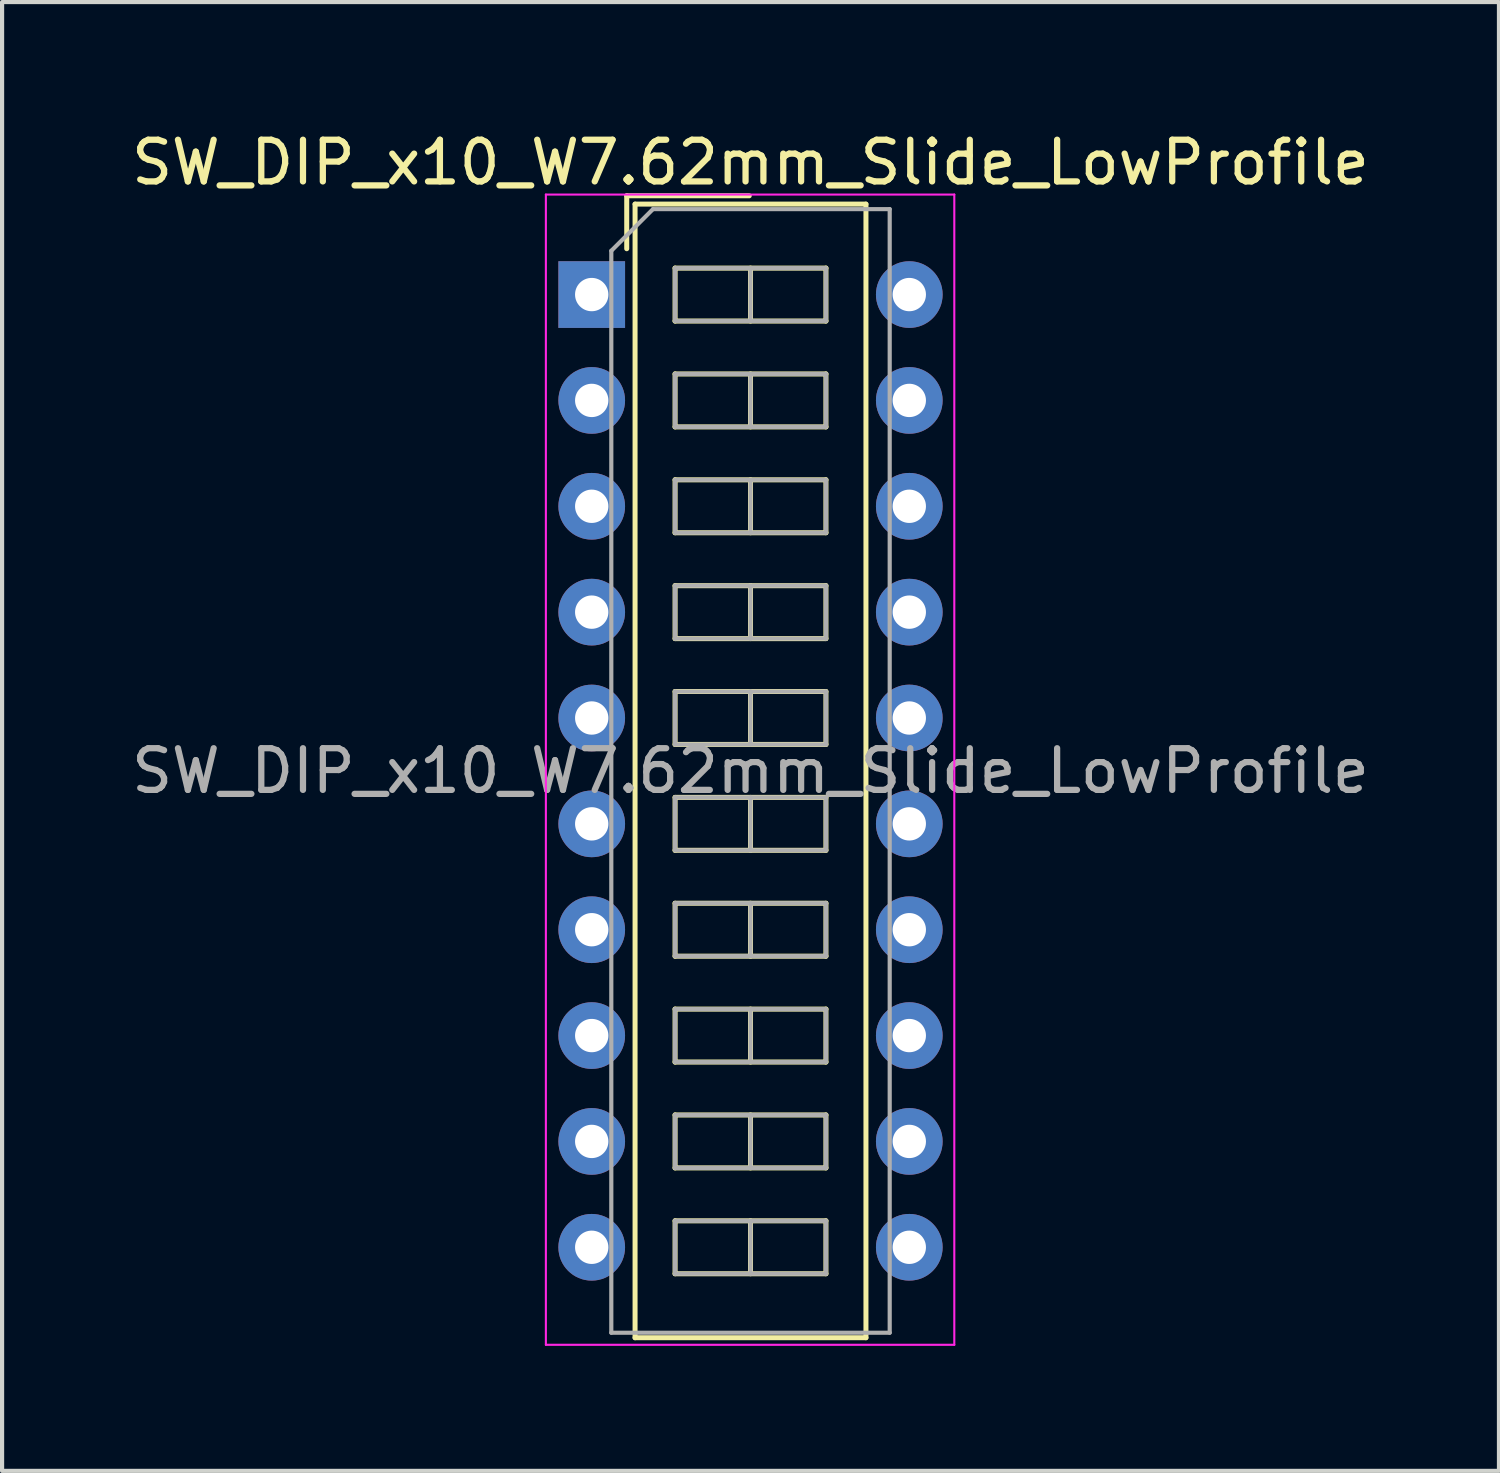
<source format=kicad_pcb>
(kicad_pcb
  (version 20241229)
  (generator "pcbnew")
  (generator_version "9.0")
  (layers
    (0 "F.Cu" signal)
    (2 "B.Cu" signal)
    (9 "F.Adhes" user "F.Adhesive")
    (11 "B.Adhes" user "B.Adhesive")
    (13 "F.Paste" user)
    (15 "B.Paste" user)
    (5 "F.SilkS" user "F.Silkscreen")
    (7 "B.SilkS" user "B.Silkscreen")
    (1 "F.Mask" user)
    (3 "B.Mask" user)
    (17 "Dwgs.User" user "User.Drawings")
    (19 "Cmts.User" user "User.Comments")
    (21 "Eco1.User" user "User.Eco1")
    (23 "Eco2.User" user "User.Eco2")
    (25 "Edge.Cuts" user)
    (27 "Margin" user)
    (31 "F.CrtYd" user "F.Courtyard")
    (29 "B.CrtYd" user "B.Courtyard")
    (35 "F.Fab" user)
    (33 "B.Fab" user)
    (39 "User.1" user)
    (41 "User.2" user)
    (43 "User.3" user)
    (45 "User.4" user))
  (footprint "SW_DIP_x10_W7.62mm_Slide_LowProfile"
    (layer "F.Cu")
    (at 11.148 4.018)
    (property "Reference" "SW_DIP_x10_W7.62mm_Slide_LowProfile" (at 3.81 -3.17 0) (layer "F.SilkS") (effects (font (size 1 1) (thickness 0.15))))
    (attr through_hole)
    (fp_line (start 0.84 -2.37) (end 0.84 -1.1) (stroke (width 0.12) (type solid)) (layer "F.SilkS"))
    (fp_line (start 0.84 -2.37) (end 3.78 -2.37) (stroke (width 0.12) (type solid)) (layer "F.SilkS"))
    (fp_line (start 1.04 -2.17) (end 6.58 -2.17) (stroke (width 0.12) (type solid)) (layer "F.SilkS"))
    (fp_line (start 1.04 25.03) (end 1.04 -2.17) (stroke (width 0.12) (type solid)) (layer "F.SilkS"))
    (fp_line (start 2 -0.635) (end 2 0.635) (stroke (width 0.12) (type solid)) (layer "F.SilkS"))
    (fp_line (start 2 0.635) (end 5.62 0.635) (stroke (width 0.12) (type solid)) (layer "F.SilkS"))
    (fp_line (start 2 1.905) (end 2 3.175) (stroke (width 0.12) (type solid)) (layer "F.SilkS"))
    (fp_line (start 2 3.175) (end 5.62 3.175) (stroke (width 0.12) (type solid)) (layer "F.SilkS"))
    (fp_line (start 2 4.445) (end 2 5.715) (stroke (width 0.12) (type solid)) (layer "F.SilkS"))
    (fp_line (start 2 5.715) (end 5.62 5.715) (stroke (width 0.12) (type solid)) (layer "F.SilkS"))
    (fp_line (start 2 6.985) (end 2 8.255) (stroke (width 0.12) (type solid)) (layer "F.SilkS"))
    (fp_line (start 2 8.255) (end 5.62 8.255) (stroke (width 0.12) (type solid)) (layer "F.SilkS"))
    (fp_line (start 2 9.525) (end 2 10.795) (stroke (width 0.12) (type solid)) (layer "F.SilkS"))
    (fp_line (start 2 10.795) (end 5.62 10.795) (stroke (width 0.12) (type solid)) (layer "F.SilkS"))
    (fp_line (start 2 12.065) (end 2 13.335) (stroke (width 0.12) (type solid)) (layer "F.SilkS"))
    (fp_line (start 2 13.335) (end 5.62 13.335) (stroke (width 0.12) (type solid)) (layer "F.SilkS"))
    (fp_line (start 2 14.605) (end 2 15.875) (stroke (width 0.12) (type solid)) (layer "F.SilkS"))
    (fp_line (start 2 15.875) (end 5.62 15.875) (stroke (width 0.12) (type solid)) (layer "F.SilkS"))
    (fp_line (start 2 17.145) (end 2 18.415) (stroke (width 0.12) (type solid)) (layer "F.SilkS"))
    (fp_line (start 2 18.415) (end 5.62 18.415) (stroke (width 0.12) (type solid)) (layer "F.SilkS"))
    (fp_line (start 2 19.685) (end 2 20.955) (stroke (width 0.12) (type solid)) (layer "F.SilkS"))
    (fp_line (start 2 20.955) (end 5.62 20.955) (stroke (width 0.12) (type solid)) (layer "F.SilkS"))
    (fp_line (start 2 22.225) (end 2 23.495) (stroke (width 0.12) (type solid)) (layer "F.SilkS"))
    (fp_line (start 2 23.495) (end 5.62 23.495) (stroke (width 0.12) (type solid)) (layer "F.SilkS"))
    (fp_line (start 3.81 -0.635) (end 3.81 0.635) (stroke (width 0.12) (type solid)) (layer "F.SilkS"))
    (fp_line (start 3.81 1.905) (end 3.81 3.175) (stroke (width 0.12) (type solid)) (layer "F.SilkS"))
    (fp_line (start 3.81 4.445) (end 3.81 5.715) (stroke (width 0.12) (type solid)) (layer "F.SilkS"))
    (fp_line (start 3.81 6.985) (end 3.81 8.255) (stroke (width 0.12) (type solid)) (layer "F.SilkS"))
    (fp_line (start 3.81 9.525) (end 3.81 10.795) (stroke (width 0.12) (type solid)) (layer "F.SilkS"))
    (fp_line (start 3.81 12.065) (end 3.81 13.335) (stroke (width 0.12) (type solid)) (layer "F.SilkS"))
    (fp_line (start 3.81 14.605) (end 3.81 15.875) (stroke (width 0.12) (type solid)) (layer "F.SilkS"))
    (fp_line (start 3.81 17.145) (end 3.81 18.415) (stroke (width 0.12) (type solid)) (layer "F.SilkS"))
    (fp_line (start 3.81 19.685) (end 3.81 20.955) (stroke (width 0.12) (type solid)) (layer "F.SilkS"))
    (fp_line (start 3.81 22.225) (end 3.81 23.495) (stroke (width 0.12) (type solid)) (layer "F.SilkS"))
    (fp_line (start 5.62 -0.635) (end 2 -0.635) (stroke (width 0.12) (type solid)) (layer "F.SilkS"))
    (fp_line (start 5.62 0.635) (end 5.62 -0.635) (stroke (width 0.12) (type solid)) (layer "F.SilkS"))
    (fp_line (start 5.62 1.905) (end 2 1.905) (stroke (width 0.12) (type solid)) (layer "F.SilkS"))
    (fp_line (start 5.62 3.175) (end 5.62 1.905) (stroke (width 0.12) (type solid)) (layer "F.SilkS"))
    (fp_line (start 5.62 4.445) (end 2 4.445) (stroke (width 0.12) (type solid)) (layer "F.SilkS"))
    (fp_line (start 5.62 5.715) (end 5.62 4.445) (stroke (width 0.12) (type solid)) (layer "F.SilkS"))
    (fp_line (start 5.62 6.985) (end 2 6.985) (stroke (width 0.12) (type solid)) (layer "F.SilkS"))
    (fp_line (start 5.62 8.255) (end 5.62 6.985) (stroke (width 0.12) (type solid)) (layer "F.SilkS"))
    (fp_line (start 5.62 9.525) (end 2 9.525) (stroke (width 0.12) (type solid)) (layer "F.SilkS"))
    (fp_line (start 5.62 10.795) (end 5.62 9.525) (stroke (width 0.12) (type solid)) (layer "F.SilkS"))
    (fp_line (start 5.62 12.065) (end 2 12.065) (stroke (width 0.12) (type solid)) (layer "F.SilkS"))
    (fp_line (start 5.62 13.335) (end 5.62 12.065) (stroke (width 0.12) (type solid)) (layer "F.SilkS"))
    (fp_line (start 5.62 14.605) (end 2 14.605) (stroke (width 0.12) (type solid)) (layer "F.SilkS"))
    (fp_line (start 5.62 15.875) (end 5.62 14.605) (stroke (width 0.12) (type solid)) (layer "F.SilkS"))
    (fp_line (start 5.62 17.145) (end 2 17.145) (stroke (width 0.12) (type solid)) (layer "F.SilkS"))
    (fp_line (start 5.62 18.415) (end 5.62 17.145) (stroke (width 0.12) (type solid)) (layer "F.SilkS"))
    (fp_line (start 5.62 19.685) (end 2 19.685) (stroke (width 0.12) (type solid)) (layer "F.SilkS"))
    (fp_line (start 5.62 20.955) (end 5.62 19.685) (stroke (width 0.12) (type solid)) (layer "F.SilkS"))
    (fp_line (start 5.62 22.225) (end 2 22.225) (stroke (width 0.12) (type solid)) (layer "F.SilkS"))
    (fp_line (start 5.62 23.495) (end 5.62 22.225) (stroke (width 0.12) (type solid)) (layer "F.SilkS"))
    (fp_line (start 6.58 -2.17) (end 6.58 25.03) (stroke (width 0.12) (type solid)) (layer "F.SilkS"))
    (fp_line (start 6.58 25.03) (end 1.04 25.03) (stroke (width 0.12) (type solid)) (layer "F.SilkS"))
    (fp_line (start -1.1 -2.4) (end -1.1 25.2) (stroke (width 0.05) (type solid)) (layer "F.CrtYd"))
    (fp_line (start -1.1 25.2) (end 8.7 25.2) (stroke (width 0.05) (type solid)) (layer "F.CrtYd"))
    (fp_line (start 8.7 -2.4) (end -1.1 -2.4) (stroke (width 0.05) (type solid)) (layer "F.CrtYd"))
    (fp_line (start 8.7 25.2) (end 8.7 -2.4) (stroke (width 0.05) (type solid)) (layer "F.CrtYd"))
    (fp_line (start 0.47 -1.05) (end 1.47 -2.05) (stroke (width 0.1) (type solid)) (layer "F.Fab"))
    (fp_line (start 0.47 24.91) (end 0.47 -1.05) (stroke (width 0.1) (type solid)) (layer "F.Fab"))
    (fp_line (start 1.47 -2.05) (end 7.15 -2.05) (stroke (width 0.1) (type solid)) (layer "F.Fab"))
    (fp_line (start 2 -0.635) (end 2 0.635) (stroke (width 0.1) (type solid)) (layer "F.Fab"))
    (fp_line (start 2 0.635) (end 5.62 0.635) (stroke (width 0.1) (type solid)) (layer "F.Fab"))
    (fp_line (start 2 1.905) (end 2 3.175) (stroke (width 0.1) (type solid)) (layer "F.Fab"))
    (fp_line (start 2 3.175) (end 5.62 3.175) (stroke (width 0.1) (type solid)) (layer "F.Fab"))
    (fp_line (start 2 4.445) (end 2 5.715) (stroke (width 0.1) (type solid)) (layer "F.Fab"))
    (fp_line (start 2 5.715) (end 5.62 5.715) (stroke (width 0.1) (type solid)) (layer "F.Fab"))
    (fp_line (start 2 6.985) (end 2 8.255) (stroke (width 0.1) (type solid)) (layer "F.Fab"))
    (fp_line (start 2 8.255) (end 5.62 8.255) (stroke (width 0.1) (type solid)) (layer "F.Fab"))
    (fp_line (start 2 9.525) (end 2 10.795) (stroke (width 0.1) (type solid)) (layer "F.Fab"))
    (fp_line (start 2 10.795) (end 5.62 10.795) (stroke (width 0.1) (type solid)) (layer "F.Fab"))
    (fp_line (start 2 12.065) (end 2 13.335) (stroke (width 0.1) (type solid)) (layer "F.Fab"))
    (fp_line (start 2 13.335) (end 5.62 13.335) (stroke (width 0.1) (type solid)) (layer "F.Fab"))
    (fp_line (start 2 14.605) (end 2 15.875) (stroke (width 0.1) (type solid)) (layer "F.Fab"))
    (fp_line (start 2 15.875) (end 5.62 15.875) (stroke (width 0.1) (type solid)) (layer "F.Fab"))
    (fp_line (start 2 17.145) (end 2 18.415) (stroke (width 0.1) (type solid)) (layer "F.Fab"))
    (fp_line (start 2 18.415) (end 5.62 18.415) (stroke (width 0.1) (type solid)) (layer "F.Fab"))
    (fp_line (start 2 19.685) (end 2 20.955) (stroke (width 0.1) (type solid)) (layer "F.Fab"))
    (fp_line (start 2 20.955) (end 5.62 20.955) (stroke (width 0.1) (type solid)) (layer "F.Fab"))
    (fp_line (start 2 22.225) (end 2 23.495) (stroke (width 0.1) (type solid)) (layer "F.Fab"))
    (fp_line (start 2 23.495) (end 5.62 23.495) (stroke (width 0.1) (type solid)) (layer "F.Fab"))
    (fp_line (start 3.81 -0.635) (end 3.81 0.635) (stroke (width 0.1) (type solid)) (layer "F.Fab"))
    (fp_line (start 3.81 1.905) (end 3.81 3.175) (stroke (width 0.1) (type solid)) (layer "F.Fab"))
    (fp_line (start 3.81 4.445) (end 3.81 5.715) (stroke (width 0.1) (type solid)) (layer "F.Fab"))
    (fp_line (start 3.81 6.985) (end 3.81 8.255) (stroke (width 0.1) (type solid)) (layer "F.Fab"))
    (fp_line (start 3.81 9.525) (end 3.81 10.795) (stroke (width 0.1) (type solid)) (layer "F.Fab"))
    (fp_line (start 3.81 12.065) (end 3.81 13.335) (stroke (width 0.1) (type solid)) (layer "F.Fab"))
    (fp_line (start 3.81 14.605) (end 3.81 15.875) (stroke (width 0.1) (type solid)) (layer "F.Fab"))
    (fp_line (start 3.81 17.145) (end 3.81 18.415) (stroke (width 0.1) (type solid)) (layer "F.Fab"))
    (fp_line (start 3.81 19.685) (end 3.81 20.955) (stroke (width 0.1) (type solid)) (layer "F.Fab"))
    (fp_line (start 3.81 22.225) (end 3.81 23.495) (stroke (width 0.1) (type solid)) (layer "F.Fab"))
    (fp_line (start 5.62 -0.635) (end 2 -0.635) (stroke (width 0.1) (type solid)) (layer "F.Fab"))
    (fp_line (start 5.62 0.635) (end 5.62 -0.635) (stroke (width 0.1) (type solid)) (layer "F.Fab"))
    (fp_line (start 5.62 1.905) (end 2 1.905) (stroke (width 0.1) (type solid)) (layer "F.Fab"))
    (fp_line (start 5.62 3.175) (end 5.62 1.905) (stroke (width 0.1) (type solid)) (layer "F.Fab"))
    (fp_line (start 5.62 4.445) (end 2 4.445) (stroke (width 0.1) (type solid)) (layer "F.Fab"))
    (fp_line (start 5.62 5.715) (end 5.62 4.445) (stroke (width 0.1) (type solid)) (layer "F.Fab"))
    (fp_line (start 5.62 6.985) (end 2 6.985) (stroke (width 0.1) (type solid)) (layer "F.Fab"))
    (fp_line (start 5.62 8.255) (end 5.62 6.985) (stroke (width 0.1) (type solid)) (layer "F.Fab"))
    (fp_line (start 5.62 9.525) (end 2 9.525) (stroke (width 0.1) (type solid)) (layer "F.Fab"))
    (fp_line (start 5.62 10.795) (end 5.62 9.525) (stroke (width 0.1) (type solid)) (layer "F.Fab"))
    (fp_line (start 5.62 12.065) (end 2 12.065) (stroke (width 0.1) (type solid)) (layer "F.Fab"))
    (fp_line (start 5.62 13.335) (end 5.62 12.065) (stroke (width 0.1) (type solid)) (layer "F.Fab"))
    (fp_line (start 5.62 14.605) (end 2 14.605) (stroke (width 0.1) (type solid)) (layer "F.Fab"))
    (fp_line (start 5.62 15.875) (end 5.62 14.605) (stroke (width 0.1) (type solid)) (layer "F.Fab"))
    (fp_line (start 5.62 17.145) (end 2 17.145) (stroke (width 0.1) (type solid)) (layer "F.Fab"))
    (fp_line (start 5.62 18.415) (end 5.62 17.145) (stroke (width 0.1) (type solid)) (layer "F.Fab"))
    (fp_line (start 5.62 19.685) (end 2 19.685) (stroke (width 0.1) (type solid)) (layer "F.Fab"))
    (fp_line (start 5.62 20.955) (end 5.62 19.685) (stroke (width 0.1) (type solid)) (layer "F.Fab"))
    (fp_line (start 5.62 22.225) (end 2 22.225) (stroke (width 0.1) (type solid)) (layer "F.Fab"))
    (fp_line (start 5.62 23.495) (end 5.62 22.225) (stroke (width 0.1) (type solid)) (layer "F.Fab"))
    (fp_line (start 7.15 -2.05) (end 7.15 24.91) (stroke (width 0.1) (type solid)) (layer "F.Fab"))
    (fp_line (start 7.15 24.91) (end 0.47 24.91) (stroke (width 0.1) (type solid)) (layer "F.Fab"))
    (fp_text user "${REFERENCE}" (at 3.81 11.43 0) (layer "F.Fab") (effects (font (size 1 1) (thickness 0.15))))
    (pad "1" thru_hole rect (at 0 0) (size 1.6 1.6) (drill 0.8) (layers "*.Cu" "*.Mask"))
    (pad "2" thru_hole oval (at 0 2.54) (size 1.6 1.6) (drill 0.8) (layers "*.Cu" "*.Mask"))
    (pad "3" thru_hole oval (at 0 5.08) (size 1.6 1.6) (drill 0.8) (layers "*.Cu" "*.Mask"))
    (pad "4" thru_hole oval (at 0 7.62) (size 1.6 1.6) (drill 0.8) (layers "*.Cu" "*.Mask"))
    (pad "5" thru_hole oval (at 0 10.16) (size 1.6 1.6) (drill 0.8) (layers "*.Cu" "*.Mask"))
    (pad "6" thru_hole oval (at 0 12.7) (size 1.6 1.6) (drill 0.8) (layers "*.Cu" "*.Mask"))
    (pad "7" thru_hole oval (at 0 15.24) (size 1.6 1.6) (drill 0.8) (layers "*.Cu" "*.Mask"))
    (pad "8" thru_hole oval (at 0 17.78) (size 1.6 1.6) (drill 0.8) (layers "*.Cu" "*.Mask"))
    (pad "9" thru_hole oval (at 0 20.32) (size 1.6 1.6) (drill 0.8) (layers "*.Cu" "*.Mask"))
    (pad "10" thru_hole oval (at 0 22.86) (size 1.6 1.6) (drill 0.8) (layers "*.Cu" "*.Mask"))
    (pad "11" thru_hole oval (at 7.62 22.86) (size 1.6 1.6) (drill 0.8) (layers "*.Cu" "*.Mask"))
    (pad "12" thru_hole oval (at 7.62 20.32) (size 1.6 1.6) (drill 0.8) (layers "*.Cu" "*.Mask"))
    (pad "13" thru_hole oval (at 7.62 17.78) (size 1.6 1.6) (drill 0.8) (layers "*.Cu" "*.Mask"))
    (pad "14" thru_hole oval (at 7.62 15.24) (size 1.6 1.6) (drill 0.8) (layers "*.Cu" "*.Mask"))
    (pad "15" thru_hole oval (at 7.62 12.7) (size 1.6 1.6) (drill 0.8) (layers "*.Cu" "*.Mask"))
    (pad "16" thru_hole oval (at 7.62 10.16) (size 1.6 1.6) (drill 0.8) (layers "*.Cu" "*.Mask"))
    (pad "17" thru_hole oval (at 7.62 7.62) (size 1.6 1.6) (drill 0.8) (layers "*.Cu" "*.Mask"))
    (pad "18" thru_hole oval (at 7.62 5.08) (size 1.6 1.6) (drill 0.8) (layers "*.Cu" "*.Mask"))
    (pad "19" thru_hole oval (at 7.62 2.54) (size 1.6 1.6) (drill 0.8) (layers "*.Cu" "*.Mask"))
    (pad "20" thru_hole oval (at 7.62 0) (size 1.6 1.6) (drill 0.8) (layers "*.Cu" "*.Mask")))
  (gr_rect
    (start -3 -3)
    (end 32.917 32.243)
    (stroke (width 0.1) (type default))
    (fill no)
    (layer "Edge.Cuts")))
</source>
